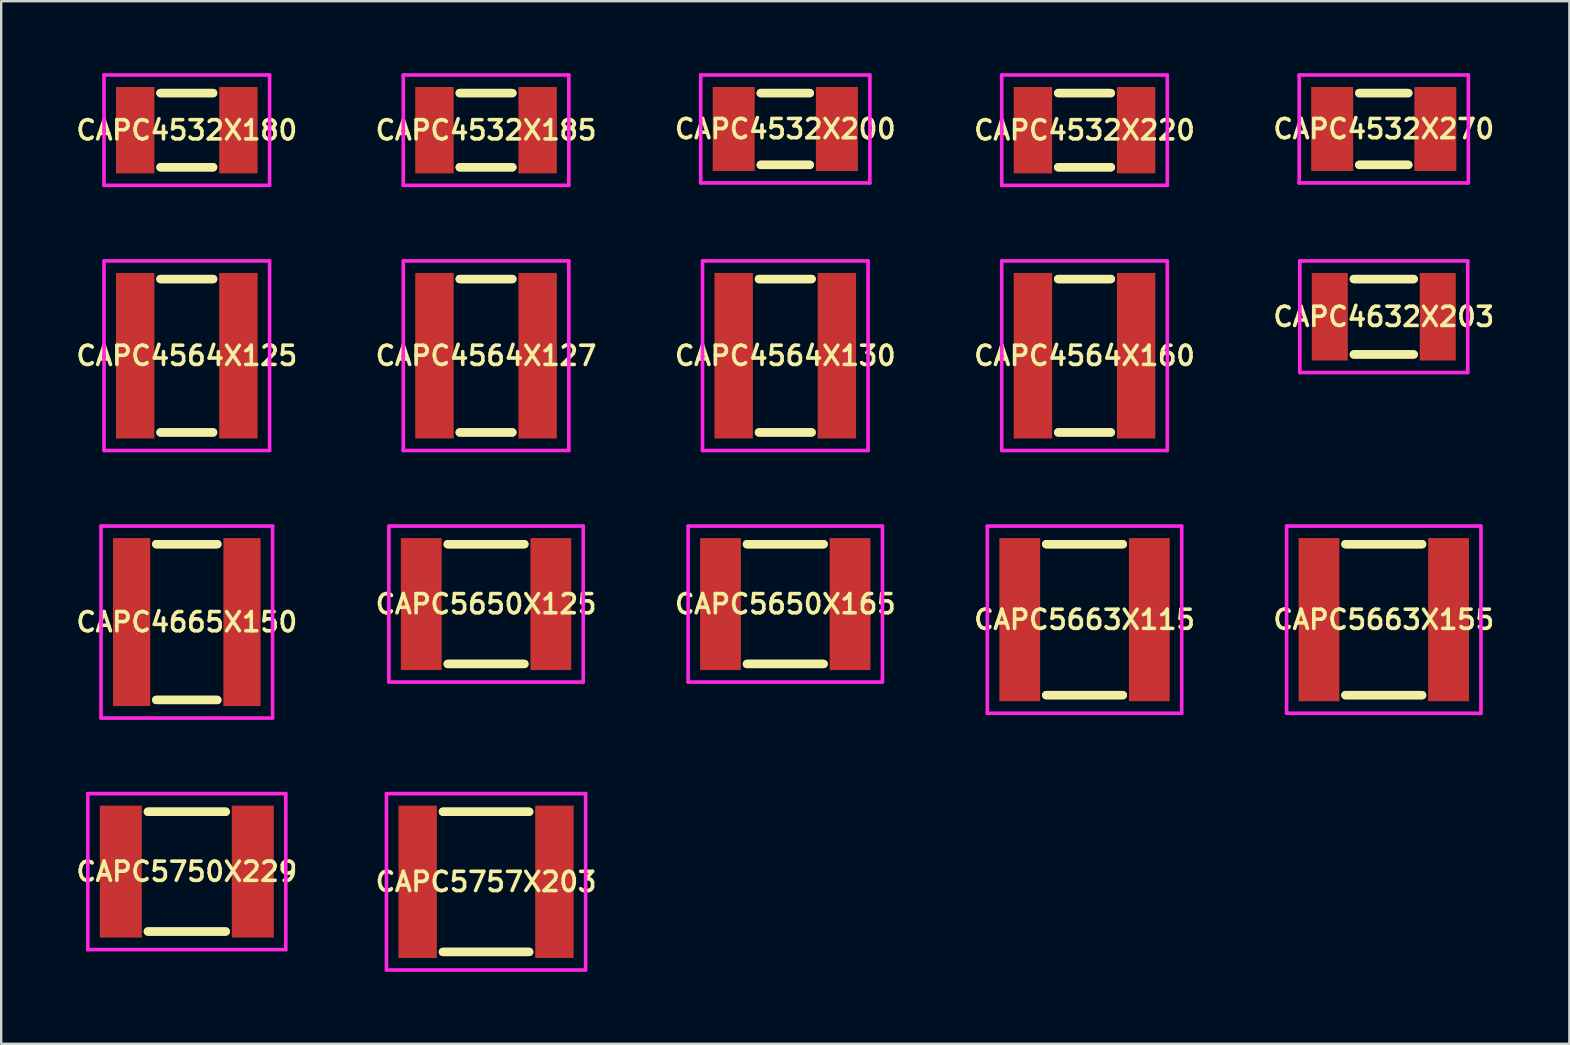
<source format=kicad_pcb>
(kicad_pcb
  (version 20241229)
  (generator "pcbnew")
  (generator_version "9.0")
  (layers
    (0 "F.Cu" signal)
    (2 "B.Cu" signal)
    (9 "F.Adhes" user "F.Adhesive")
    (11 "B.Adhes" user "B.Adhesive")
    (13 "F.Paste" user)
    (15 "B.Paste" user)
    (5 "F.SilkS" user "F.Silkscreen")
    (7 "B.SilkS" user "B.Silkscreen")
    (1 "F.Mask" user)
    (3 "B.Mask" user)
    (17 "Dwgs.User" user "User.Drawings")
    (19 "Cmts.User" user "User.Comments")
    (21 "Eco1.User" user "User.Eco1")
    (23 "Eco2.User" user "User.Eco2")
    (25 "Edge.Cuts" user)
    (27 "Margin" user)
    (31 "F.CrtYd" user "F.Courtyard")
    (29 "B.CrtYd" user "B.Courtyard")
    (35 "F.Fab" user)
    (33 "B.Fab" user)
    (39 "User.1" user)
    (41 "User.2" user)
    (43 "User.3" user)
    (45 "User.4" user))
  (footprint "CAPC5757X203"
    (layer "F.Cu")
    (at 17.206 33.7)
    (property "Reference" "CAPC5757X203" (at 0 0 0) (layer "F.SilkS") (effects (font (size 0.8 0.8) (thickness 0.15))))
    (attr smd)
    (fp_line (start -1.796 -2.921) (end 1.796 -2.921) (stroke (width 0.35) (type solid)) (layer "F.SilkS"))
    (fp_line (start -1.796 2.921) (end 1.796 2.921) (stroke (width 0.35) (type solid)) (layer "F.SilkS"))
    (fp_line (start 1.796 -2.921) (end -1.796 -2.921) (stroke (width 0.35) (type solid)) (layer "F.SilkS"))
    (fp_line (start 1.796 2.921) (end -1.796 2.921) (stroke (width 0.35) (type solid)) (layer "F.SilkS"))
    (fp_line (start -4.15 -3.675) (end 4.15 -3.675) (stroke (width 0.15) (type solid)) (layer "F.CrtYd"))
    (fp_line (start -4.15 3.675) (end -4.15 -3.675) (stroke (width 0.15) (type solid)) (layer "F.CrtYd"))
    (fp_line (start 4.15 -3.675) (end 4.15 3.675) (stroke (width 0.15) (type solid)) (layer "F.CrtYd"))
    (fp_line (start 4.15 3.675) (end -4.15 3.675) (stroke (width 0.15) (type solid)) (layer "F.CrtYd"))
    (pad "1" smd rect (at -2.85 0) (size 1.6 6.35) (layers "F.Cu" "F.Mask" "F.Paste"))
    (pad "2" smd rect (at 2.85 0) (size 1.6 6.35) (layers "F.Cu" "F.Mask" "F.Paste")))
  (footprint "CAPC4532X220"
    (layer "F.Cu")
    (at 42.148 2.375)
    (property "Reference" "CAPC4532X220" (at 0 0 0) (layer "F.SilkS") (effects (font (size 0.8 0.8) (thickness 0.15))))
    (attr smd)
    (fp_line (start -1.096 -1.546) (end 1.096 -1.546) (stroke (width 0.35) (type solid)) (layer "F.SilkS"))
    (fp_line (start -1.096 1.546) (end 1.096 1.546) (stroke (width 0.35) (type solid)) (layer "F.SilkS"))
    (fp_line (start 1.096 -1.546) (end -1.096 -1.546) (stroke (width 0.35) (type solid)) (layer "F.SilkS"))
    (fp_line (start 1.096 1.546) (end -1.096 1.546) (stroke (width 0.35) (type solid)) (layer "F.SilkS"))
    (fp_line (start -3.45 -2.3) (end 3.45 -2.3) (stroke (width 0.15) (type solid)) (layer "F.CrtYd"))
    (fp_line (start -3.45 2.3) (end -3.45 -2.3) (stroke (width 0.15) (type solid)) (layer "F.CrtYd"))
    (fp_line (start 3.45 -2.3) (end 3.45 2.3) (stroke (width 0.15) (type solid)) (layer "F.CrtYd"))
    (fp_line (start 3.45 2.3) (end -3.45 2.3) (stroke (width 0.15) (type solid)) (layer "F.CrtYd"))
    (pad "1" smd rect (at -2.15 0) (size 1.6 3.6) (layers "F.Cu" "F.Mask" "F.Paste"))
    (pad "2" smd rect (at 2.15 0) (size 1.6 3.6) (layers "F.Cu" "F.Mask" "F.Paste")))
  (footprint "CAPC5650X165"
    (layer "F.Cu")
    (at 29.677 22.125)
    (property "Reference" "CAPC5650X165" (at 0 0 0) (layer "F.SilkS") (effects (font (size 0.8 0.8) (thickness 0.15))))
    (attr smd)
    (fp_line (start -1.596 -2.496) (end 1.596 -2.496) (stroke (width 0.35) (type solid)) (layer "F.SilkS"))
    (fp_line (start -1.596 2.496) (end 1.596 2.496) (stroke (width 0.35) (type solid)) (layer "F.SilkS"))
    (fp_line (start 1.596 -2.496) (end -1.596 -2.496) (stroke (width 0.35) (type solid)) (layer "F.SilkS"))
    (fp_line (start 1.596 2.496) (end -1.596 2.496) (stroke (width 0.35) (type solid)) (layer "F.SilkS"))
    (fp_line (start -4.05 -3.25) (end 4.05 -3.25) (stroke (width 0.15) (type solid)) (layer "F.CrtYd"))
    (fp_line (start -4.05 3.25) (end -4.05 -3.25) (stroke (width 0.15) (type solid)) (layer "F.CrtYd"))
    (fp_line (start 4.05 -3.25) (end 4.05 3.25) (stroke (width 0.15) (type solid)) (layer "F.CrtYd"))
    (fp_line (start 4.05 3.25) (end -4.05 3.25) (stroke (width 0.15) (type solid)) (layer "F.CrtYd"))
    (pad "1" smd rect (at -2.7 0) (size 1.7 5.5) (layers "F.Cu" "F.Mask" "F.Paste"))
    (pad "2" smd rect (at 2.7 0) (size 1.7 5.5) (layers "F.Cu" "F.Mask" "F.Paste")))
  (footprint "CAPC4564X127"
    (layer "F.Cu")
    (at 17.206 11.775)
    (property "Reference" "CAPC4564X127" (at 0 0 0) (layer "F.SilkS") (effects (font (size 0.8 0.8) (thickness 0.15))))
    (attr smd)
    (fp_line (start -1.096 -3.196) (end 1.096 -3.196) (stroke (width 0.35) (type solid)) (layer "F.SilkS"))
    (fp_line (start -1.096 3.196) (end 1.096 3.196) (stroke (width 0.35) (type solid)) (layer "F.SilkS"))
    (fp_line (start 1.096 -3.196) (end -1.096 -3.196) (stroke (width 0.35) (type solid)) (layer "F.SilkS"))
    (fp_line (start 1.096 3.196) (end -1.096 3.196) (stroke (width 0.35) (type solid)) (layer "F.SilkS"))
    (fp_line (start -3.45 -3.95) (end 3.45 -3.95) (stroke (width 0.15) (type solid)) (layer "F.CrtYd"))
    (fp_line (start -3.45 3.95) (end -3.45 -3.95) (stroke (width 0.15) (type solid)) (layer "F.CrtYd"))
    (fp_line (start 3.45 -3.95) (end 3.45 3.95) (stroke (width 0.15) (type solid)) (layer "F.CrtYd"))
    (fp_line (start 3.45 3.95) (end -3.45 3.95) (stroke (width 0.15) (type solid)) (layer "F.CrtYd"))
    (pad "1" smd rect (at -2.15 0) (size 1.6 6.9) (layers "F.Cu" "F.Mask" "F.Paste"))
    (pad "2" smd rect (at 2.15 0) (size 1.6 6.9) (layers "F.Cu" "F.Mask" "F.Paste")))
  (footprint "CAPC4532X270"
    (layer "F.Cu")
    (at 54.619 2.325)
    (property "Reference" "CAPC4532X270" (at 0 0 0) (layer "F.SilkS") (effects (font (size 0.8 0.8) (thickness 0.15))))
    (attr smd)
    (fp_line (start -1.021 -1.496) (end 1.021 -1.496) (stroke (width 0.35) (type solid)) (layer "F.SilkS"))
    (fp_line (start -1.021 1.496) (end 1.021 1.496) (stroke (width 0.35) (type solid)) (layer "F.SilkS"))
    (fp_line (start 1.021 -1.496) (end -1.021 -1.496) (stroke (width 0.35) (type solid)) (layer "F.SilkS"))
    (fp_line (start 1.021 1.496) (end -1.021 1.496) (stroke (width 0.35) (type solid)) (layer "F.SilkS"))
    (fp_line (start -3.525 -2.25) (end 3.525 -2.25) (stroke (width 0.15) (type solid)) (layer "F.CrtYd"))
    (fp_line (start -3.525 2.25) (end -3.525 -2.25) (stroke (width 0.15) (type solid)) (layer "F.CrtYd"))
    (fp_line (start 3.525 -2.25) (end 3.525 2.25) (stroke (width 0.15) (type solid)) (layer "F.CrtYd"))
    (fp_line (start 3.525 2.25) (end -3.525 2.25) (stroke (width 0.15) (type solid)) (layer "F.CrtYd"))
    (pad "1" smd rect (at -2.15 0) (size 1.75 3.5) (layers "F.Cu" "F.Mask" "F.Paste"))
    (pad "2" smd rect (at 2.15 0) (size 1.75 3.5) (layers "F.Cu" "F.Mask" "F.Paste")))
  (footprint "CAPC4665X150"
    (layer "F.Cu")
    (at 4.735 22.875)
    (property "Reference" "CAPC4665X150" (at 0 0 0) (layer "F.SilkS") (effects (font (size 0.8 0.8) (thickness 0.15))))
    (attr smd)
    (fp_line (start -1.271 -3.246) (end 1.271 -3.246) (stroke (width 0.35) (type solid)) (layer "F.SilkS"))
    (fp_line (start -1.271 3.246) (end 1.271 3.246) (stroke (width 0.35) (type solid)) (layer "F.SilkS"))
    (fp_line (start 1.271 -3.246) (end -1.271 -3.246) (stroke (width 0.35) (type solid)) (layer "F.SilkS"))
    (fp_line (start 1.271 3.246) (end -1.271 3.246) (stroke (width 0.35) (type solid)) (layer "F.SilkS"))
    (fp_line (start -3.575 -4) (end 3.575 -4) (stroke (width 0.15) (type solid)) (layer "F.CrtYd"))
    (fp_line (start -3.575 4) (end -3.575 -4) (stroke (width 0.15) (type solid)) (layer "F.CrtYd"))
    (fp_line (start 3.575 -4) (end 3.575 4) (stroke (width 0.15) (type solid)) (layer "F.CrtYd"))
    (fp_line (start 3.575 4) (end -3.575 4) (stroke (width 0.15) (type solid)) (layer "F.CrtYd"))
    (pad "1" smd rect (at -2.3 0) (size 1.55 7) (layers "F.Cu" "F.Mask" "F.Paste"))
    (pad "2" smd rect (at 2.3 0) (size 1.55 7) (layers "F.Cu" "F.Mask" "F.Paste")))
  (footprint "CAPC4564X160"
    (layer "F.Cu")
    (at 42.148 11.775)
    (property "Reference" "CAPC4564X160" (at 0 0 0) (layer "F.SilkS") (effects (font (size 0.8 0.8) (thickness 0.15))))
    (attr smd)
    (fp_line (start -1.096 -3.196) (end 1.096 -3.196) (stroke (width 0.35) (type solid)) (layer "F.SilkS"))
    (fp_line (start -1.096 3.196) (end 1.096 3.196) (stroke (width 0.35) (type solid)) (layer "F.SilkS"))
    (fp_line (start 1.096 -3.196) (end -1.096 -3.196) (stroke (width 0.35) (type solid)) (layer "F.SilkS"))
    (fp_line (start 1.096 3.196) (end -1.096 3.196) (stroke (width 0.35) (type solid)) (layer "F.SilkS"))
    (fp_line (start -3.45 -3.95) (end 3.45 -3.95) (stroke (width 0.15) (type solid)) (layer "F.CrtYd"))
    (fp_line (start -3.45 3.95) (end -3.45 -3.95) (stroke (width 0.15) (type solid)) (layer "F.CrtYd"))
    (fp_line (start 3.45 -3.95) (end 3.45 3.95) (stroke (width 0.15) (type solid)) (layer "F.CrtYd"))
    (fp_line (start 3.45 3.95) (end -3.45 3.95) (stroke (width 0.15) (type solid)) (layer "F.CrtYd"))
    (pad "1" smd rect (at -2.15 0) (size 1.6 6.9) (layers "F.Cu" "F.Mask" "F.Paste"))
    (pad "2" smd rect (at 2.15 0) (size 1.6 6.9) (layers "F.Cu" "F.Mask" "F.Paste")))
  (footprint "CAPC5650X125"
    (layer "F.Cu")
    (at 17.206 22.125)
    (property "Reference" "CAPC5650X125" (at 0 0 0) (layer "F.SilkS") (effects (font (size 0.8 0.8) (thickness 0.15))))
    (attr smd)
    (fp_line (start -1.596 -2.496) (end 1.596 -2.496) (stroke (width 0.35) (type solid)) (layer "F.SilkS"))
    (fp_line (start -1.596 2.496) (end 1.596 2.496) (stroke (width 0.35) (type solid)) (layer "F.SilkS"))
    (fp_line (start 1.596 -2.496) (end -1.596 -2.496) (stroke (width 0.35) (type solid)) (layer "F.SilkS"))
    (fp_line (start 1.596 2.496) (end -1.596 2.496) (stroke (width 0.35) (type solid)) (layer "F.SilkS"))
    (fp_line (start -4.05 -3.25) (end 4.05 -3.25) (stroke (width 0.15) (type solid)) (layer "F.CrtYd"))
    (fp_line (start -4.05 3.25) (end -4.05 -3.25) (stroke (width 0.15) (type solid)) (layer "F.CrtYd"))
    (fp_line (start 4.05 -3.25) (end 4.05 3.25) (stroke (width 0.15) (type solid)) (layer "F.CrtYd"))
    (fp_line (start 4.05 3.25) (end -4.05 3.25) (stroke (width 0.15) (type solid)) (layer "F.CrtYd"))
    (pad "1" smd rect (at -2.7 0) (size 1.7 5.5) (layers "F.Cu" "F.Mask" "F.Paste"))
    (pad "2" smd rect (at 2.7 0) (size 1.7 5.5) (layers "F.Cu" "F.Mask" "F.Paste")))
  (footprint "CAPC4532X200"
    (layer "F.Cu")
    (at 29.677 2.325)
    (property "Reference" "CAPC4532X200" (at 0 0 0) (layer "F.SilkS") (effects (font (size 0.8 0.8) (thickness 0.15))))
    (attr smd)
    (fp_line (start -1.021 -1.496) (end 1.021 -1.496) (stroke (width 0.35) (type solid)) (layer "F.SilkS"))
    (fp_line (start -1.021 1.496) (end 1.021 1.496) (stroke (width 0.35) (type solid)) (layer "F.SilkS"))
    (fp_line (start 1.021 -1.496) (end -1.021 -1.496) (stroke (width 0.35) (type solid)) (layer "F.SilkS"))
    (fp_line (start 1.021 1.496) (end -1.021 1.496) (stroke (width 0.35) (type solid)) (layer "F.SilkS"))
    (fp_line (start -3.525 -2.25) (end 3.525 -2.25) (stroke (width 0.15) (type solid)) (layer "F.CrtYd"))
    (fp_line (start -3.525 2.25) (end -3.525 -2.25) (stroke (width 0.15) (type solid)) (layer "F.CrtYd"))
    (fp_line (start 3.525 -2.25) (end 3.525 2.25) (stroke (width 0.15) (type solid)) (layer "F.CrtYd"))
    (fp_line (start 3.525 2.25) (end -3.525 2.25) (stroke (width 0.15) (type solid)) (layer "F.CrtYd"))
    (pad "1" smd rect (at -2.15 0) (size 1.75 3.5) (layers "F.Cu" "F.Mask" "F.Paste"))
    (pad "2" smd rect (at 2.15 0) (size 1.75 3.5) (layers "F.Cu" "F.Mask" "F.Paste")))
  (footprint "CAPC4532X185"
    (layer "F.Cu")
    (at 17.206 2.375)
    (property "Reference" "CAPC4532X185" (at 0 0 0) (layer "F.SilkS") (effects (font (size 0.8 0.8) (thickness 0.15))))
    (attr smd)
    (fp_line (start -1.096 -1.546) (end 1.096 -1.546) (stroke (width 0.35) (type solid)) (layer "F.SilkS"))
    (fp_line (start -1.096 1.546) (end 1.096 1.546) (stroke (width 0.35) (type solid)) (layer "F.SilkS"))
    (fp_line (start 1.096 -1.546) (end -1.096 -1.546) (stroke (width 0.35) (type solid)) (layer "F.SilkS"))
    (fp_line (start 1.096 1.546) (end -1.096 1.546) (stroke (width 0.35) (type solid)) (layer "F.SilkS"))
    (fp_line (start -3.45 -2.3) (end 3.45 -2.3) (stroke (width 0.15) (type solid)) (layer "F.CrtYd"))
    (fp_line (start -3.45 2.3) (end -3.45 -2.3) (stroke (width 0.15) (type solid)) (layer "F.CrtYd"))
    (fp_line (start 3.45 -2.3) (end 3.45 2.3) (stroke (width 0.15) (type solid)) (layer "F.CrtYd"))
    (fp_line (start 3.45 2.3) (end -3.45 2.3) (stroke (width 0.15) (type solid)) (layer "F.CrtYd"))
    (pad "1" smd rect (at -2.15 0) (size 1.6 3.6) (layers "F.Cu" "F.Mask" "F.Paste"))
    (pad "2" smd rect (at 2.15 0) (size 1.6 3.6) (layers "F.Cu" "F.Mask" "F.Paste")))
  (footprint "CAPC4564X125"
    (layer "F.Cu")
    (at 4.735 11.775)
    (property "Reference" "CAPC4564X125" (at 0 0 0) (layer "F.SilkS") (effects (font (size 0.8 0.8) (thickness 0.15))))
    (attr smd)
    (fp_line (start -1.096 -3.196) (end 1.096 -3.196) (stroke (width 0.35) (type solid)) (layer "F.SilkS"))
    (fp_line (start -1.096 3.196) (end 1.096 3.196) (stroke (width 0.35) (type solid)) (layer "F.SilkS"))
    (fp_line (start 1.096 -3.196) (end -1.096 -3.196) (stroke (width 0.35) (type solid)) (layer "F.SilkS"))
    (fp_line (start 1.096 3.196) (end -1.096 3.196) (stroke (width 0.35) (type solid)) (layer "F.SilkS"))
    (fp_line (start -3.45 -3.95) (end 3.45 -3.95) (stroke (width 0.15) (type solid)) (layer "F.CrtYd"))
    (fp_line (start -3.45 3.95) (end -3.45 -3.95) (stroke (width 0.15) (type solid)) (layer "F.CrtYd"))
    (fp_line (start 3.45 -3.95) (end 3.45 3.95) (stroke (width 0.15) (type solid)) (layer "F.CrtYd"))
    (fp_line (start 3.45 3.95) (end -3.45 3.95) (stroke (width 0.15) (type solid)) (layer "F.CrtYd"))
    (pad "1" smd rect (at -2.15 0) (size 1.6 6.9) (layers "F.Cu" "F.Mask" "F.Paste"))
    (pad "2" smd rect (at 2.15 0) (size 1.6 6.9) (layers "F.Cu" "F.Mask" "F.Paste")))
  (footprint "CAPC4632X203"
    (layer "F.Cu")
    (at 54.619 10.15)
    (property "Reference" "CAPC4632X203" (at 0 0 0) (layer "F.SilkS") (effects (font (size 0.8 0.8) (thickness 0.15))))
    (attr smd)
    (fp_line (start -1.246 -1.571) (end 1.246 -1.571) (stroke (width 0.35) (type solid)) (layer "F.SilkS"))
    (fp_line (start -1.246 1.571) (end 1.246 1.571) (stroke (width 0.35) (type solid)) (layer "F.SilkS"))
    (fp_line (start 1.246 -1.571) (end -1.246 -1.571) (stroke (width 0.35) (type solid)) (layer "F.SilkS"))
    (fp_line (start 1.246 1.571) (end -1.246 1.571) (stroke (width 0.35) (type solid)) (layer "F.SilkS"))
    (fp_line (start -3.5 -2.325) (end 3.5 -2.325) (stroke (width 0.15) (type solid)) (layer "F.CrtYd"))
    (fp_line (start -3.5 2.325) (end -3.5 -2.325) (stroke (width 0.15) (type solid)) (layer "F.CrtYd"))
    (fp_line (start 3.5 -2.325) (end 3.5 2.325) (stroke (width 0.15) (type solid)) (layer "F.CrtYd"))
    (fp_line (start 3.5 2.325) (end -3.5 2.325) (stroke (width 0.15) (type solid)) (layer "F.CrtYd"))
    (pad "1" smd rect (at -2.25 0) (size 1.5 3.65) (layers "F.Cu" "F.Mask" "F.Paste"))
    (pad "2" smd rect (at 2.25 0) (size 1.5 3.65) (layers "F.Cu" "F.Mask" "F.Paste")))
  (footprint "CAPC5663X115"
    (layer "F.Cu")
    (at 42.148 22.775)
    (property "Reference" "CAPC5663X115" (at 0 0 0) (layer "F.SilkS") (effects (font (size 0.8 0.8) (thickness 0.15))))
    (attr smd)
    (fp_line (start -1.596 -3.146) (end 1.596 -3.146) (stroke (width 0.35) (type solid)) (layer "F.SilkS"))
    (fp_line (start -1.596 3.146) (end 1.596 3.146) (stroke (width 0.35) (type solid)) (layer "F.SilkS"))
    (fp_line (start 1.596 -3.146) (end -1.596 -3.146) (stroke (width 0.35) (type solid)) (layer "F.SilkS"))
    (fp_line (start 1.596 3.146) (end -1.596 3.146) (stroke (width 0.35) (type solid)) (layer "F.SilkS"))
    (fp_line (start -4.05 -3.9) (end 4.05 -3.9) (stroke (width 0.15) (type solid)) (layer "F.CrtYd"))
    (fp_line (start -4.05 3.9) (end -4.05 -3.9) (stroke (width 0.15) (type solid)) (layer "F.CrtYd"))
    (fp_line (start 4.05 -3.9) (end 4.05 3.9) (stroke (width 0.15) (type solid)) (layer "F.CrtYd"))
    (fp_line (start 4.05 3.9) (end -4.05 3.9) (stroke (width 0.15) (type solid)) (layer "F.CrtYd"))
    (pad "1" smd rect (at -2.7 0) (size 1.7 6.8) (layers "F.Cu" "F.Mask" "F.Paste"))
    (pad "2" smd rect (at 2.7 0) (size 1.7 6.8) (layers "F.Cu" "F.Mask" "F.Paste")))
  (footprint "CAPC5663X155"
    (layer "F.Cu")
    (at 54.619 22.775)
    (property "Reference" "CAPC5663X155" (at 0 0 0) (layer "F.SilkS") (effects (font (size 0.8 0.8) (thickness 0.15))))
    (attr smd)
    (fp_line (start -1.596 -3.146) (end 1.596 -3.146) (stroke (width 0.35) (type solid)) (layer "F.SilkS"))
    (fp_line (start -1.596 3.146) (end 1.596 3.146) (stroke (width 0.35) (type solid)) (layer "F.SilkS"))
    (fp_line (start 1.596 -3.146) (end -1.596 -3.146) (stroke (width 0.35) (type solid)) (layer "F.SilkS"))
    (fp_line (start 1.596 3.146) (end -1.596 3.146) (stroke (width 0.35) (type solid)) (layer "F.SilkS"))
    (fp_line (start -4.05 -3.9) (end 4.05 -3.9) (stroke (width 0.15) (type solid)) (layer "F.CrtYd"))
    (fp_line (start -4.05 3.9) (end -4.05 -3.9) (stroke (width 0.15) (type solid)) (layer "F.CrtYd"))
    (fp_line (start 4.05 -3.9) (end 4.05 3.9) (stroke (width 0.15) (type solid)) (layer "F.CrtYd"))
    (fp_line (start 4.05 3.9) (end -4.05 3.9) (stroke (width 0.15) (type solid)) (layer "F.CrtYd"))
    (pad "1" smd rect (at -2.7 0) (size 1.7 6.8) (layers "F.Cu" "F.Mask" "F.Paste"))
    (pad "2" smd rect (at 2.7 0) (size 1.7 6.8) (layers "F.Cu" "F.Mask" "F.Paste")))
  (footprint "CAPC5750X229"
    (layer "F.Cu")
    (at 4.735 33.275)
    (property "Reference" "CAPC5750X229" (at 0 0 0) (layer "F.SilkS") (effects (font (size 0.8 0.8) (thickness 0.15))))
    (attr smd)
    (fp_line (start -1.621 -2.496) (end 1.621 -2.496) (stroke (width 0.35) (type solid)) (layer "F.SilkS"))
    (fp_line (start -1.621 2.496) (end 1.621 2.496) (stroke (width 0.35) (type solid)) (layer "F.SilkS"))
    (fp_line (start 1.621 -2.496) (end -1.621 -2.496) (stroke (width 0.35) (type solid)) (layer "F.SilkS"))
    (fp_line (start 1.621 2.496) (end -1.621 2.496) (stroke (width 0.35) (type solid)) (layer "F.SilkS"))
    (fp_line (start -4.125 -3.25) (end 4.125 -3.25) (stroke (width 0.15) (type solid)) (layer "F.CrtYd"))
    (fp_line (start -4.125 3.25) (end -4.125 -3.25) (stroke (width 0.15) (type solid)) (layer "F.CrtYd"))
    (fp_line (start 4.125 -3.25) (end 4.125 3.25) (stroke (width 0.15) (type solid)) (layer "F.CrtYd"))
    (fp_line (start 4.125 3.25) (end -4.125 3.25) (stroke (width 0.15) (type solid)) (layer "F.CrtYd"))
    (pad "1" smd rect (at -2.75 0) (size 1.75 5.5) (layers "F.Cu" "F.Mask" "F.Paste"))
    (pad "2" smd rect (at 2.75 0) (size 1.75 5.5) (layers "F.Cu" "F.Mask" "F.Paste")))
  (footprint "CAPC4532X180"
    (layer "F.Cu")
    (at 4.735 2.375)
    (property "Reference" "CAPC4532X180" (at 0 0 0) (layer "F.SilkS") (effects (font (size 0.8 0.8) (thickness 0.15))))
    (attr smd)
    (fp_line (start -1.096 -1.546) (end 1.096 -1.546) (stroke (width 0.35) (type solid)) (layer "F.SilkS"))
    (fp_line (start -1.096 1.546) (end 1.096 1.546) (stroke (width 0.35) (type solid)) (layer "F.SilkS"))
    (fp_line (start 1.096 -1.546) (end -1.096 -1.546) (stroke (width 0.35) (type solid)) (layer "F.SilkS"))
    (fp_line (start 1.096 1.546) (end -1.096 1.546) (stroke (width 0.35) (type solid)) (layer "F.SilkS"))
    (fp_line (start -3.45 -2.3) (end 3.45 -2.3) (stroke (width 0.15) (type solid)) (layer "F.CrtYd"))
    (fp_line (start -3.45 2.3) (end -3.45 -2.3) (stroke (width 0.15) (type solid)) (layer "F.CrtYd"))
    (fp_line (start 3.45 -2.3) (end 3.45 2.3) (stroke (width 0.15) (type solid)) (layer "F.CrtYd"))
    (fp_line (start 3.45 2.3) (end -3.45 2.3) (stroke (width 0.15) (type solid)) (layer "F.CrtYd"))
    (pad "1" smd rect (at -2.15 0) (size 1.6 3.6) (layers "F.Cu" "F.Mask" "F.Paste"))
    (pad "2" smd rect (at 2.15 0) (size 1.6 3.6) (layers "F.Cu" "F.Mask" "F.Paste")))
  (footprint "CAPC4564X130"
    (layer "F.Cu")
    (at 29.677 11.775)
    (property "Reference" "CAPC4564X130" (at 0 0 0) (layer "F.SilkS") (effects (font (size 0.8 0.8) (thickness 0.15))))
    (attr smd)
    (fp_line (start -1.096 -3.196) (end 1.096 -3.196) (stroke (width 0.35) (type solid)) (layer "F.SilkS"))
    (fp_line (start -1.096 3.196) (end 1.096 3.196) (stroke (width 0.35) (type solid)) (layer "F.SilkS"))
    (fp_line (start 1.096 -3.196) (end -1.096 -3.196) (stroke (width 0.35) (type solid)) (layer "F.SilkS"))
    (fp_line (start 1.096 3.196) (end -1.096 3.196) (stroke (width 0.35) (type solid)) (layer "F.SilkS"))
    (fp_line (start -3.45 -3.95) (end 3.45 -3.95) (stroke (width 0.15) (type solid)) (layer "F.CrtYd"))
    (fp_line (start -3.45 3.95) (end -3.45 -3.95) (stroke (width 0.15) (type solid)) (layer "F.CrtYd"))
    (fp_line (start 3.45 -3.95) (end 3.45 3.95) (stroke (width 0.15) (type solid)) (layer "F.CrtYd"))
    (fp_line (start 3.45 3.95) (end -3.45 3.95) (stroke (width 0.15) (type solid)) (layer "F.CrtYd"))
    (pad "1" smd rect (at -2.15 0) (size 1.6 6.9) (layers "F.Cu" "F.Mask" "F.Paste"))
    (pad "2" smd rect (at 2.15 0) (size 1.6 6.9) (layers "F.Cu" "F.Mask" "F.Paste")))
  (gr_rect
    (start -3 -3)
    (end 62.355 40.45)
    (stroke (width 0.1) (type default))
    (fill no)
    (layer "Edge.Cuts")))
</source>
